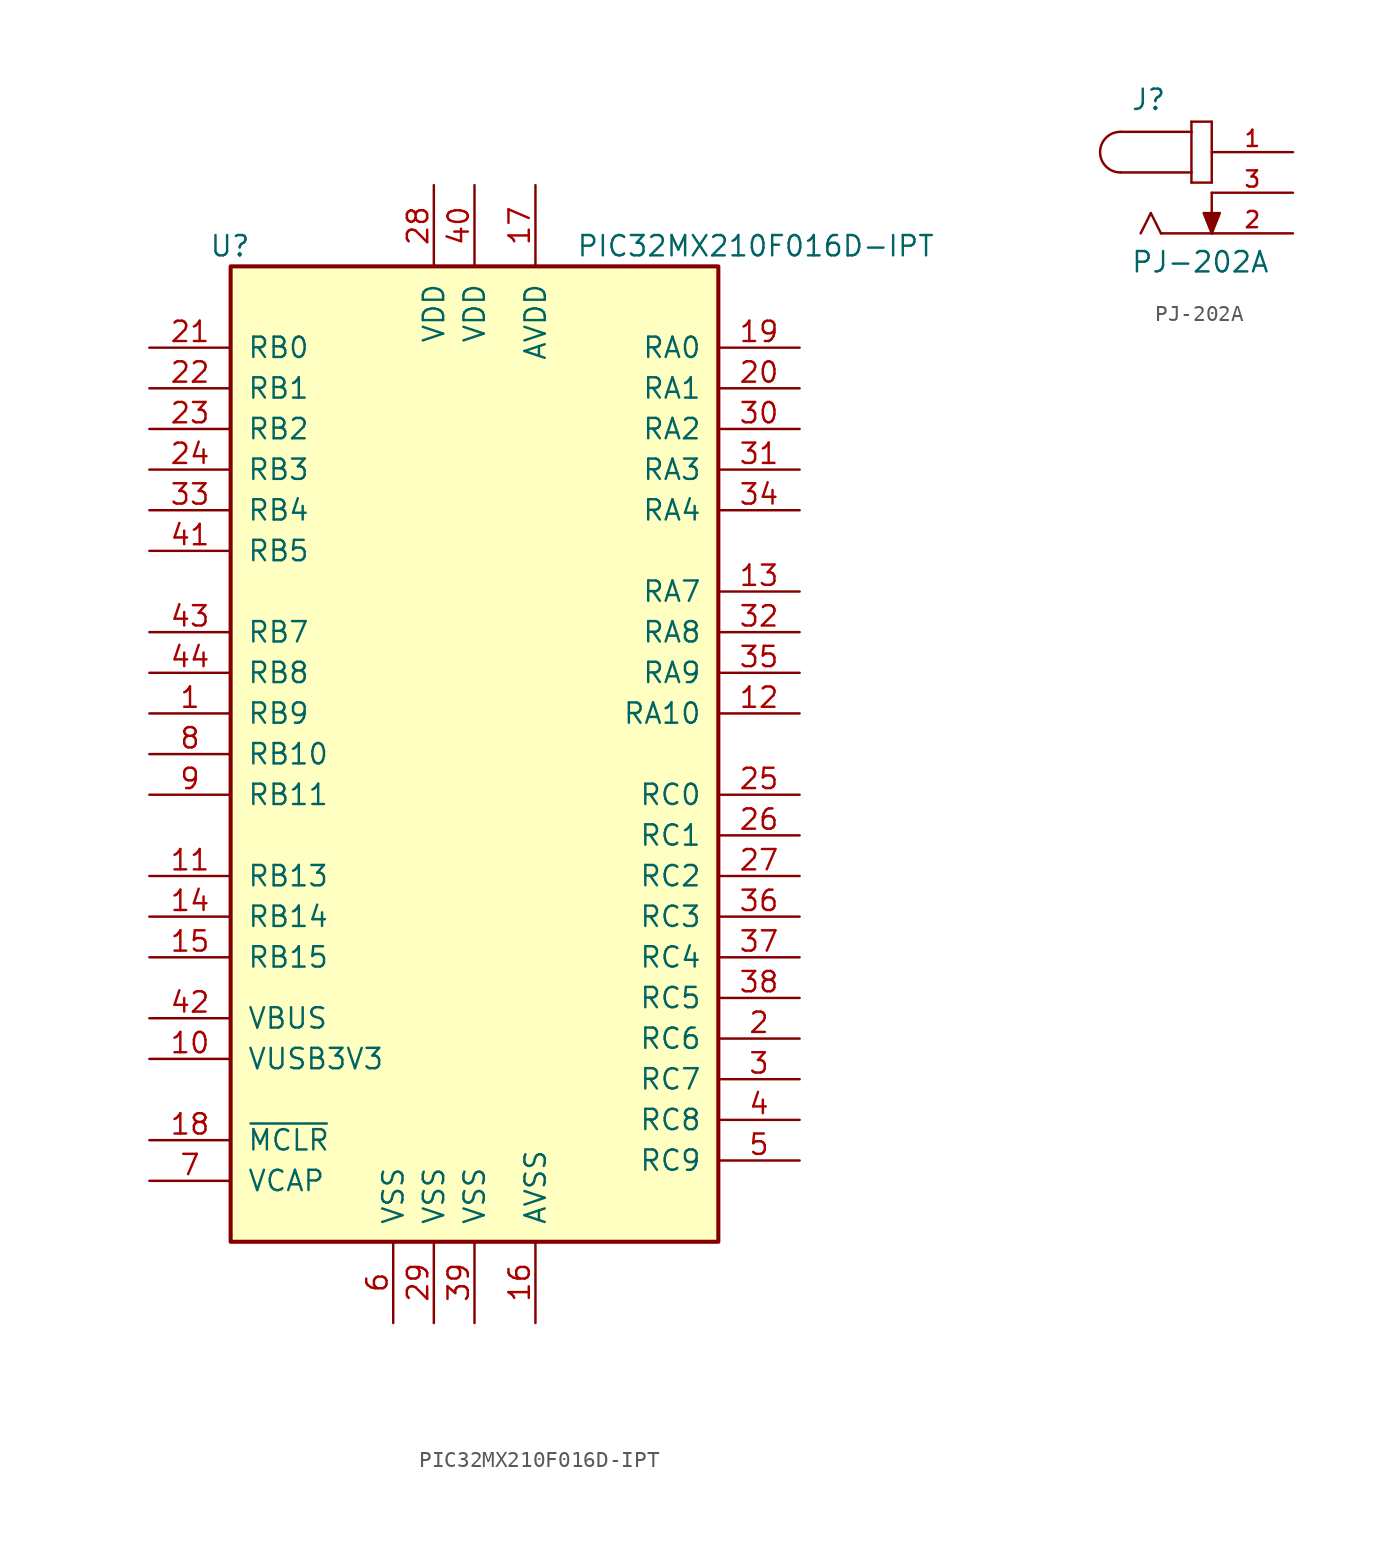
<source format=kicad_sym>
(kicad_symbol_lib
  (version 20241209)
  (generator "kicad_symbol_editor")
  (generator_version "9.0")
  (symbol "PIC32MX210F016D-IPT"
    (pin_names
      (offset 1.016))
    (property "Reference" "U"
      (at -13.97 31.75 0)
      (effects (font (size 1.27 1.27)) (justify right)))
    (property "Value" "PIC32MX210F016D-IPT"
      (at 6.35 31.75 0)
      (effects (font (size 1.27 1.27)) (justify left)))
    (symbol "PIC32MX210F016D-IPT_0_1"
      (rectangle (start -15.24 30.48) (end 15.24 -30.48) (stroke (width 0.254) (type default)) (fill (type background))))
    (symbol "PIC32MX210F016D-IPT_1_1"
      (pin input line (at -20.32 25.4 0) (length 5.08) (name "RB0" (effects (font (size 1.27 1.27)))) (number "21" (effects (font (size 1.27 1.27)))))
      (pin input line (at -20.32 22.86 0) (length 5.08) (name "RB1" (effects (font (size 1.27 1.27)))) (number "22" (effects (font (size 1.27 1.27)))))
      (pin input line (at -20.32 20.32 0) (length 5.08) (name "RB2" (effects (font (size 1.27 1.27)))) (number "23" (effects (font (size 1.27 1.27)))))
      (pin input line (at -20.32 17.78 0) (length 5.08) (name "RB3" (effects (font (size 1.27 1.27)))) (number "24" (effects (font (size 1.27 1.27)))))
      (pin input line (at -20.32 15.24 0) (length 5.08) (name "RB4" (effects (font (size 1.27 1.27)))) (number "33" (effects (font (size 1.27 1.27)))))
      (pin input line (at -20.32 12.7 0) (length 5.08) (name "RB5" (effects (font (size 1.27 1.27)))) (number "41" (effects (font (size 1.27 1.27)))))
      (pin input line (at -20.32 7.62 0) (length 5.08) (name "RB7" (effects (font (size 1.27 1.27)))) (number "43" (effects (font (size 1.27 1.27)))))
      (pin input line (at -20.32 5.08 0) (length 5.08) (name "RB8" (effects (font (size 1.27 1.27)))) (number "44" (effects (font (size 1.27 1.27)))))
      (pin bidirectional line (at -20.32 2.54 0) (length 5.08) (name "RB9" (effects (font (size 1.27 1.27)))) (number "1" (effects (font (size 1.27 1.27)))))
      (pin bidirectional line (at -20.32 0 0) (length 5.08) (name "RB10" (effects (font (size 1.27 1.27)))) (number "8" (effects (font (size 1.27 1.27)))))
      (pin bidirectional line (at -20.32 -2.54 0) (length 5.08) (name "RB11" (effects (font (size 1.27 1.27)))) (number "9" (effects (font (size 1.27 1.27)))))
      (pin bidirectional line (at -20.32 -7.62 0) (length 5.08) (name "RB13" (effects (font (size 1.27 1.27)))) (number "11" (effects (font (size 1.27 1.27)))))
      (pin bidirectional line (at -20.32 -10.16 0) (length 5.08) (name "RB14" (effects (font (size 1.27 1.27)))) (number "14" (effects (font (size 1.27 1.27)))))
      (pin bidirectional line (at -20.32 -12.7 0) (length 5.08) (name "RB15" (effects (font (size 1.27 1.27)))) (number "15" (effects (font (size 1.27 1.27)))))
      (pin input line (at -20.32 -16.51 0) (length 5.08) (name "VBUS" (effects (font (size 1.27 1.27)))) (number "42" (effects (font (size 1.27 1.27)))))
      (pin bidirectional line (at -20.32 -19.05 0) (length 5.08) (name "VUSB3V3" (effects (font (size 1.27 1.27)))) (number "10" (effects (font (size 1.27 1.27)))))
      (pin input line (at -20.32 -24.13 0) (length 5.08) (name "~{MCLR}" (effects (font (size 1.27 1.27)))) (number "18" (effects (font (size 1.27 1.27)))))
      (pin power_in line (at -20.32 -26.67 0) (length 5.08) (name "VCAP" (effects (font (size 1.27 1.27)))) (number "7" (effects (font (size 1.27 1.27)))))
      (pin power_in line (at -5.08 -35.56 90) (length 5.08) (name "VSS" (effects (font (size 1.27 1.27)))) (number "6" (effects (font (size 1.27 1.27)))))
      (pin power_in line (at -2.54 35.56 270) (length 5.08) (name "VDD" (effects (font (size 1.27 1.27)))) (number "28" (effects (font (size 1.27 1.27)))))
      (pin power_in line (at -2.54 -35.56 90) (length 5.08) (name "VSS" (effects (font (size 1.27 1.27)))) (number "29" (effects (font (size 1.27 1.27)))))
      (pin power_in line (at 0 35.56 270) (length 5.08) (name "VDD" (effects (font (size 1.27 1.27)))) (number "40" (effects (font (size 1.27 1.27)))))
      (pin power_in line (at 0 -35.56 90) (length 5.08) (name "VSS" (effects (font (size 1.27 1.27)))) (number "39" (effects (font (size 1.27 1.27)))))
      (pin power_in line (at 3.81 35.56 270) (length 5.08) (name "AVDD" (effects (font (size 1.27 1.27)))) (number "17" (effects (font (size 1.27 1.27)))))
      (pin power_in line (at 3.81 -35.56 90) (length 5.08) (name "AVSS" (effects (font (size 1.27 1.27)))) (number "16" (effects (font (size 1.27 1.27)))))
      (pin input line (at 20.32 25.4 180) (length 5.08) (name "RA0" (effects (font (size 1.27 1.27)))) (number "19" (effects (font (size 1.27 1.27)))))
      (pin input line (at 20.32 22.86 180) (length 5.08) (name "RA1" (effects (font (size 1.27 1.27)))) (number "20" (effects (font (size 1.27 1.27)))))
      (pin input line (at 20.32 20.32 180) (length 5.08) (name "RA2" (effects (font (size 1.27 1.27)))) (number "30" (effects (font (size 1.27 1.27)))))
      (pin input line (at 20.32 17.78 180) (length 5.08) (name "RA3" (effects (font (size 1.27 1.27)))) (number "31" (effects (font (size 1.27 1.27)))))
      (pin input line (at 20.32 15.24 180) (length 5.08) (name "RA4" (effects (font (size 1.27 1.27)))) (number "34" (effects (font (size 1.27 1.27)))))
      (pin bidirectional line (at 20.32 10.16 180) (length 5.08) (name "RA7" (effects (font (size 1.27 1.27)))) (number "13" (effects (font (size 1.27 1.27)))))
      (pin input line (at 20.32 7.62 180) (length 5.08) (name "RA8" (effects (font (size 1.27 1.27)))) (number "32" (effects (font (size 1.27 1.27)))))
      (pin input line (at 20.32 5.08 180) (length 5.08) (name "RA9" (effects (font (size 1.27 1.27)))) (number "35" (effects (font (size 1.27 1.27)))))
      (pin bidirectional line (at 20.32 2.54 180) (length 5.08) (name "RA10" (effects (font (size 1.27 1.27)))) (number "12" (effects (font (size 1.27 1.27)))))
      (pin input line (at 20.32 -2.54 180) (length 5.08) (name "RC0" (effects (font (size 1.27 1.27)))) (number "25" (effects (font (size 1.27 1.27)))))
      (pin input line (at 20.32 -5.08 180) (length 5.08) (name "RC1" (effects (font (size 1.27 1.27)))) (number "26" (effects (font (size 1.27 1.27)))))
      (pin input line (at 20.32 -7.62 180) (length 5.08) (name "RC2" (effects (font (size 1.27 1.27)))) (number "27" (effects (font (size 1.27 1.27)))))
      (pin input line (at 20.32 -10.16 180) (length 5.08) (name "RC3" (effects (font (size 1.27 1.27)))) (number "36" (effects (font (size 1.27 1.27)))))
      (pin input line (at 20.32 -12.7 180) (length 5.08) (name "RC4" (effects (font (size 1.27 1.27)))) (number "37" (effects (font (size 1.27 1.27)))))
      (pin input line (at 20.32 -15.24 180) (length 5.08) (name "RC5" (effects (font (size 1.27 1.27)))) (number "38" (effects (font (size 1.27 1.27)))))
      (pin bidirectional line (at 20.32 -17.78 180) (length 5.08) (name "RC6" (effects (font (size 1.27 1.27)))) (number "2" (effects (font (size 1.27 1.27)))))
      (pin bidirectional line (at 20.32 -20.32 180) (length 5.08) (name "RC7" (effects (font (size 1.27 1.27)))) (number "3" (effects (font (size 1.27 1.27)))))
      (pin bidirectional line (at 20.32 -22.86 180) (length 5.08) (name "RC8" (effects (font (size 1.27 1.27)))) (number "4" (effects (font (size 1.27 1.27)))))
      (pin bidirectional line (at 20.32 -25.4 180) (length 5.08) (name "RC9" (effects (font (size 1.27 1.27)))) (number "5" (effects (font (size 1.27 1.27)))))))
  (symbol "PJ-202A"
    (pin_names
      (offset 1.016))
    (property "Reference" "J"
      (at -5.08 5.08 0)
      (effects (font (size 1.27 1.27)) (justify left bottom)))
    (property "Value" "PJ-202A"
      (at -5.08 -5.08 0)
      (effects (font (size 1.27 1.27)) (justify left bottom)))
    (symbol "PJ-202A_0_0"
      (polyline (pts (xy -5.715 3.81) (xy -1.27 3.81)) (stroke (width 0.152) (type default)) (fill (type none)))
      (arc (start -5.715 1.27) (mid -6.9794 2.54) (end -5.715 3.81) (stroke (width 0.1524) (type default)) (fill (type none)))
      (polyline (pts (xy -3.81 -1.27) (xy -4.445 -2.54)) (stroke (width 0.152) (type default)) (fill (type none)))
      (polyline (pts (xy -3.175 -2.54) (xy -3.81 -1.27)) (stroke (width 0.152) (type default)) (fill (type none)))
      (polyline (pts (xy -1.27 4.445) (xy -1.27 3.81)) (stroke (width 0.152) (type default)) (fill (type none)))
      (polyline (pts (xy -1.27 3.81) (xy -1.27 1.27)) (stroke (width 0.152) (type default)) (fill (type none)))
      (polyline (pts (xy -1.27 1.27) (xy -5.715 1.27)) (stroke (width 0.152) (type default)) (fill (type none)))
      (polyline (pts (xy -1.27 1.27) (xy -1.27 0.635)) (stroke (width 0.152) (type default)) (fill (type none)))
      (polyline (pts (xy -1.27 0.635) (xy 0 0.635)) (stroke (width 0.152) (type default)) (fill (type none)))
      (polyline (pts (xy 0 4.445) (xy -1.27 4.445)) (stroke (width 0.152) (type default)) (fill (type none)))
      (polyline (pts (xy 0 0.635) (xy 0 4.445)) (stroke (width 0.152) (type default)) (fill (type none)))
      (polyline (pts (xy 0 0) (xy 0 -2.54)) (stroke (width 0.152) (type default)) (fill (type none)))
      (polyline (pts (xy 0 -2.54) (xy -3.175 -2.54)) (stroke (width 0.152) (type default)) (fill (type none)))
      (polyline (pts (xy 0 -2.54) (xy -0.508 -1.27) (xy 0.508 -1.27) (xy 0 -2.54)) (stroke (width 0.152) (type default)) (fill (type outline)))
      (pin passive line (at 5.08 2.54 180) (length 5.08) (name "~" (effects (font (size 1.016 1.016)))) (number "1" (effects (font (size 1.016 1.016)))))
      (pin passive line (at 5.08 0 180) (length 5.08) (name "~" (effects (font (size 1.016 1.016)))) (number "3" (effects (font (size 1.016 1.016)))))
      (pin passive line (at 5.08 -2.54 180) (length 5.08) (name "~" (effects (font (size 1.016 1.016)))) (number "2" (effects (font (size 1.016 1.016))))))))
</source>
